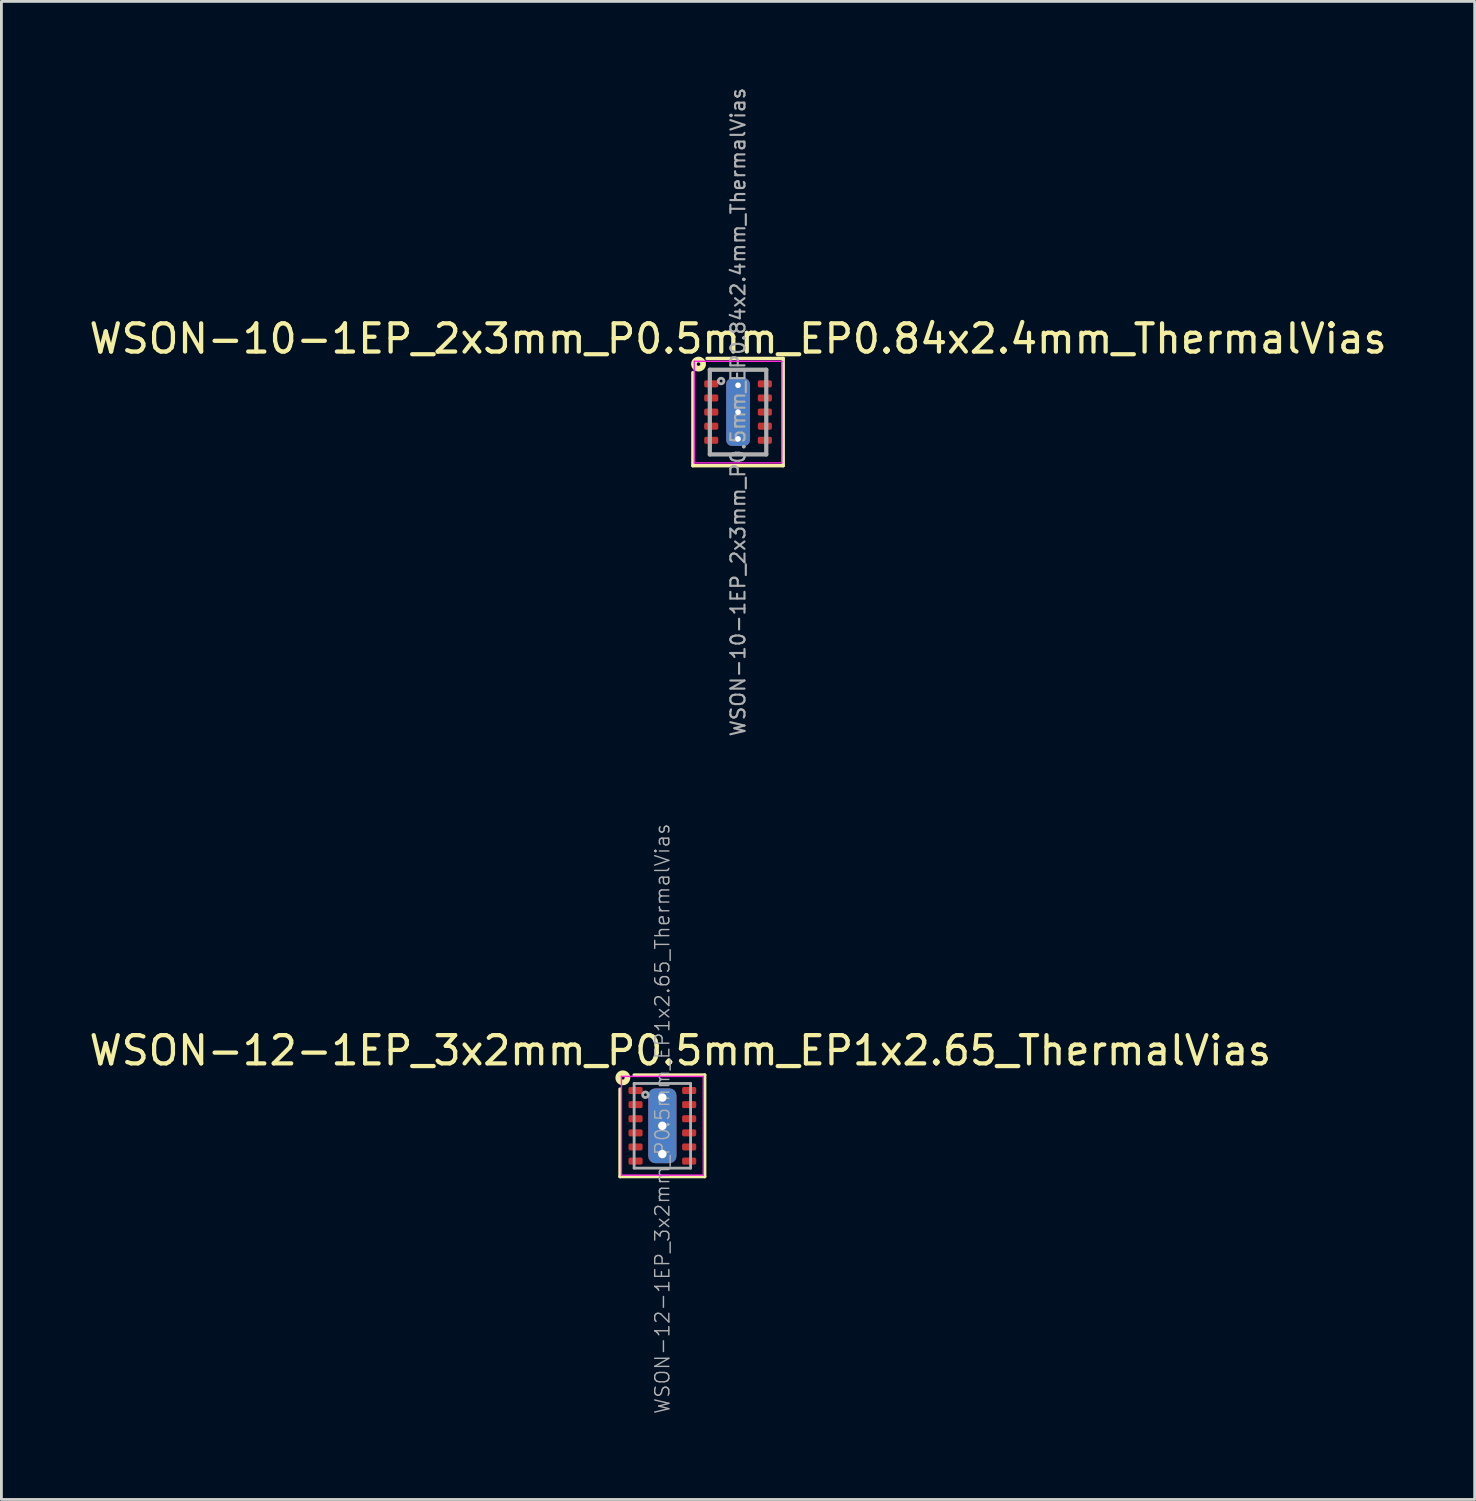
<source format=kicad_pcb>
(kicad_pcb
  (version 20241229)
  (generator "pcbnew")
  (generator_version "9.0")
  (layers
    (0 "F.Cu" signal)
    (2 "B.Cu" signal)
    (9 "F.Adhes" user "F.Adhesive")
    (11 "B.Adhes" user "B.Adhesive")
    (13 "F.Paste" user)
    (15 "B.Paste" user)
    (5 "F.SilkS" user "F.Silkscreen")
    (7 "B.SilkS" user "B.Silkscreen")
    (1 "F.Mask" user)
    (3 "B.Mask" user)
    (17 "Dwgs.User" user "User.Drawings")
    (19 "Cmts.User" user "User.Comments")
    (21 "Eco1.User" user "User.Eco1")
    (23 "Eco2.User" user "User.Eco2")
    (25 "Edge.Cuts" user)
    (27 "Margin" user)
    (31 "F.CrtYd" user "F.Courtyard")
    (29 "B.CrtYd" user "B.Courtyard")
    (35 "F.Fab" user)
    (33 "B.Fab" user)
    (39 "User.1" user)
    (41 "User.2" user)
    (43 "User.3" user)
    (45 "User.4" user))
  (footprint "WSON-12-1EP_3x2mm_P0.5mm_EP1x2.65_ThermalVias"
    (layer "F.Cu")
    (at 20.419 36.84)
    (property "Reference" "WSON-12-1EP_3x2mm_P0.5mm_EP1x2.65_ThermalVias" (at 0.635 -2.667 0) (layer "F.SilkS") (effects (font (size 1 1) (thickness 0.15))))
    (attr smd)
    (fp_line (start -1.5 1.8) (end -1.5 -1.3) (stroke (width 0.12) (type solid)) (layer "F.SilkS"))
    (fp_line (start -1 -1.8) (end 1.5 -1.8) (stroke (width 0.12) (type solid)) (layer "F.SilkS"))
    (fp_line (start 1.5 -1.8) (end 1.5 1.8) (stroke (width 0.12) (type solid)) (layer "F.SilkS"))
    (fp_line (start 1.5 1.8) (end -1.5 1.8) (stroke (width 0.12) (type solid)) (layer "F.SilkS"))
    (fp_circle (center -1.4 -1.7) (end -1.337 -1.7) (stroke (width 0.2) (type solid)) (fill no) (layer "F.SilkS"))
    (fp_line (start -1.45 -1.75) (end 1.45 -1.75) (stroke (width 0.05) (type solid)) (layer "F.CrtYd"))
    (fp_line (start -1.45 1.75) (end -1.45 -1.75) (stroke (width 0.05) (type solid)) (layer "F.CrtYd"))
    (fp_line (start 1.45 -1.75) (end 1.45 1.75) (stroke (width 0.05) (type solid)) (layer "F.CrtYd"))
    (fp_line (start 1.45 1.75) (end -1.45 1.75) (stroke (width 0.05) (type solid)) (layer "F.CrtYd"))
    (fp_line (start -1 -1.5) (end 1 -1.5) (stroke (width 0.1) (type solid)) (layer "F.Fab"))
    (fp_line (start -1 1.5) (end -1 -1.5) (stroke (width 0.1) (type solid)) (layer "F.Fab"))
    (fp_line (start 1 -1.5) (end 1 1.5) (stroke (width 0.1) (type solid)) (layer "F.Fab"))
    (fp_line (start 1 1.5) (end -1 1.5) (stroke (width 0.1) (type solid)) (layer "F.Fab"))
    (fp_circle (center -0.6 -1.1) (end -0.5 -1.1) (stroke (width 0.1) (type solid)) (fill no) (layer "F.Fab"))
    (fp_text user "${REFERENCE}" (at 0 -0.25 90) (layer "F.Fab") (effects (font (size 0.5 0.5) (thickness 0.05))))
    (pad "" smd roundrect (at 0 -0.5) (size 0.95 0.8) (layers "F.Paste") (roundrect_rratio 0.25))
    (pad "" smd roundrect (at 0 0.5) (size 0.95 0.8) (layers "F.Paste") (roundrect_rratio 0.25))
    (pad "1" smd roundrect (at -0.95 -1.25) (size 0.5 0.25) (layers "F.Cu" "F.Mask" "F.Paste") (roundrect_rratio 0.25))
    (pad "2" smd roundrect (at -0.95 -0.75) (size 0.5 0.25) (layers "F.Cu" "F.Mask" "F.Paste") (roundrect_rratio 0.25))
    (pad "3" smd roundrect (at -0.95 -0.25) (size 0.5 0.25) (layers "F.Cu" "F.Mask" "F.Paste") (roundrect_rratio 0.25))
    (pad "4" smd roundrect (at -0.95 0.25) (size 0.5 0.25) (layers "F.Cu" "F.Mask" "F.Paste") (roundrect_rratio 0.25))
    (pad "5" smd roundrect (at -0.95 0.75) (size 0.5 0.25) (layers "F.Cu" "F.Mask" "F.Paste") (roundrect_rratio 0.25))
    (pad "6" smd roundrect (at -0.95 1.25) (size 0.5 0.25) (layers "F.Cu" "F.Mask" "F.Paste") (roundrect_rratio 0.25))
    (pad "7" smd roundrect (at 0.95 1.25) (size 0.5 0.25) (layers "F.Cu" "F.Mask" "F.Paste") (roundrect_rratio 0.25))
    (pad "8" smd roundrect (at 0.95 0.75) (size 0.5 0.25) (layers "F.Cu" "F.Mask" "F.Paste") (roundrect_rratio 0.25))
    (pad "9" smd roundrect (at 0.95 0.25) (size 0.5 0.25) (layers "F.Cu" "F.Mask" "F.Paste") (roundrect_rratio 0.25))
    (pad "10" smd roundrect (at 0.95 -0.25) (size 0.5 0.25) (layers "F.Cu" "F.Mask" "F.Paste") (roundrect_rratio 0.25))
    (pad "11" smd roundrect (at 0.95 -0.75) (size 0.5 0.25) (layers "F.Cu" "F.Mask" "F.Paste") (roundrect_rratio 0.25))
    (pad "12" smd roundrect (at 0.95 -1.25) (size 0.5 0.25) (layers "F.Cu" "F.Mask" "F.Paste") (roundrect_rratio 0.25))
    (pad "13" thru_hole circle (at 0 -1 90) (size 0.6 0.6) (drill 0.3) (property pad_prop_heatsink) (layers "*.Cu"))
    (pad "13" thru_hole circle (at 0 0) (size 0.6 0.6) (drill 0.3) (property pad_prop_heatsink) (layers "*.Cu"))
    (pad "13" smd roundrect (at 0 0) (size 1 2.65) (layers "F.Cu" "F.Mask") (roundrect_rratio 0.25))
    (pad "13" smd roundrect (at 0 0) (size 1 2.65) (layers "B.Cu" "B.Mask") (roundrect_rratio 0.25))
    (pad "13" thru_hole circle (at 0 1) (size 0.6 0.6) (drill 0.3) (property pad_prop_heatsink) (layers "*.Cu")))
  (footprint "WSON-10-1EP_2x3mm_P0.5mm_EP0.84x2.4mm_ThermalVias"
    (layer "F.Cu")
    (at 23.101 11.551)
    (property "Reference" "WSON-10-1EP_2x3mm_P0.5mm_EP0.84x2.4mm_ThermalVias" (at 0 -2.6 0) (layer "F.SilkS") (effects (font (size 1 1) (thickness 0.15))))
    (attr smd)
    (fp_line (start -1.6 1.9) (end -1.6 -1.4) (stroke (width 0.12) (type solid)) (layer "F.SilkS"))
    (fp_line (start -1.1 -1.9) (end 1.6 -1.9) (stroke (width 0.12) (type solid)) (layer "F.SilkS"))
    (fp_line (start 1.6 -1.9) (end 1.6 1.9) (stroke (width 0.12) (type solid)) (layer "F.SilkS"))
    (fp_line (start 1.6 1.9) (end -1.6 1.9) (stroke (width 0.12) (type solid)) (layer "F.SilkS"))
    (fp_circle (center -1.4 -1.7) (end -1.337 -1.7) (stroke (width 0.2) (type solid)) (fill no) (layer "F.SilkS"))
    (fp_line (start -1.55 -1.8) (end -1.55 1.8) (stroke (width 0.05) (type solid)) (layer "F.CrtYd"))
    (fp_line (start -1.55 -1.8) (end 1.55 -1.8) (stroke (width 0.05) (type solid)) (layer "F.CrtYd"))
    (fp_line (start -1.55 1.8) (end 1.55 1.8) (stroke (width 0.05) (type solid)) (layer "F.CrtYd"))
    (fp_line (start 1.55 -1.8) (end 1.55 1.8) (stroke (width 0.05) (type solid)) (layer "F.CrtYd"))
    (fp_line (start -1 -1.5) (end 1 -1.5) (stroke (width 0.15) (type solid)) (layer "F.Fab"))
    (fp_line (start -1 1.5) (end -1 -1.5) (stroke (width 0.15) (type solid)) (layer "F.Fab"))
    (fp_line (start 1 -1.5) (end 1 1.5) (stroke (width 0.15) (type solid)) (layer "F.Fab"))
    (fp_line (start 1 1.5) (end -1 1.5) (stroke (width 0.15) (type solid)) (layer "F.Fab"))
    (fp_circle (center -0.6 -1.1) (end -0.5 -1.1) (stroke (width 0.1) (type solid)) (fill no) (layer "F.Fab"))
    (fp_text user "${REFERENCE}" (at 0 0 90) (layer "F.Fab") (effects (font (size 0.5 0.5) (thickness 0.075))))
    (pad "" smd roundrect (at 0 -0.475) (size 0.65 0.7) (layers "F.Paste") (roundrect_rratio 0.25))
    (pad "" smd roundrect (at 0 0.475) (size 0.65 0.7) (layers "F.Paste") (roundrect_rratio 0.25))
    (pad "1" smd roundrect (at -0.95 -1) (size 0.5 0.25) (layers "F.Cu" "F.Mask" "F.Paste") (roundrect_rratio 0.25))
    (pad "2" smd roundrect (at -0.95 -0.5) (size 0.5 0.25) (layers "F.Cu" "F.Mask" "F.Paste") (roundrect_rratio 0.25))
    (pad "3" smd roundrect (at -0.95 0) (size 0.5 0.25) (layers "F.Cu" "F.Mask" "F.Paste") (roundrect_rratio 0.25))
    (pad "4" smd roundrect (at -0.95 0.5) (size 0.5 0.25) (layers "F.Cu" "F.Mask" "F.Paste") (roundrect_rratio 0.25))
    (pad "5" smd roundrect (at -0.95 1) (size 0.5 0.25) (layers "F.Cu" "F.Mask" "F.Paste") (roundrect_rratio 0.25))
    (pad "6" smd roundrect (at 0.95 1) (size 0.5 0.25) (layers "F.Cu" "F.Mask" "F.Paste") (roundrect_rratio 0.25))
    (pad "7" smd roundrect (at 0.95 0.5) (size 0.5 0.25) (layers "F.Cu" "F.Mask" "F.Paste") (roundrect_rratio 0.25))
    (pad "8" smd roundrect (at 0.95 0) (size 0.5 0.25) (layers "F.Cu" "F.Mask" "F.Paste") (roundrect_rratio 0.25))
    (pad "9" smd roundrect (at 0.95 -0.5) (size 0.5 0.25) (layers "F.Cu" "F.Mask" "F.Paste") (roundrect_rratio 0.25))
    (pad "10" smd roundrect (at 0.95 -1) (size 0.5 0.25) (layers "F.Cu" "F.Mask" "F.Paste") (roundrect_rratio 0.25))
    (pad "11" thru_hole circle (at 0 -0.95) (size 0.5 0.5) (drill 0.2) (property pad_prop_heatsink) (layers "*.Cu" "F.Mask"))
    (pad "11" thru_hole circle (at 0 0) (size 0.5 0.5) (drill 0.2) (property pad_prop_heatsink) (layers "*.Cu" "F.Mask"))
    (pad "11" smd roundrect (at 0 0) (size 0.84 2.4) (layers "F.Cu" "F.Mask") (roundrect_rratio 0.25))
    (pad "11" smd roundrect (at 0 0) (size 0.84 2.4) (layers "B.Cu" "B.Mask") (roundrect_rratio 0.25))
    (pad "11" thru_hole circle (at 0 0.95) (size 0.5 0.5) (drill 0.2) (property pad_prop_heatsink) (layers "*.Cu" "F.Mask")))
  (gr_rect
    (start -3 -3)
    (end 49.202 50.08)
    (stroke (width 0.1) (type default))
    (fill no)
    (layer "Edge.Cuts")))
</source>
